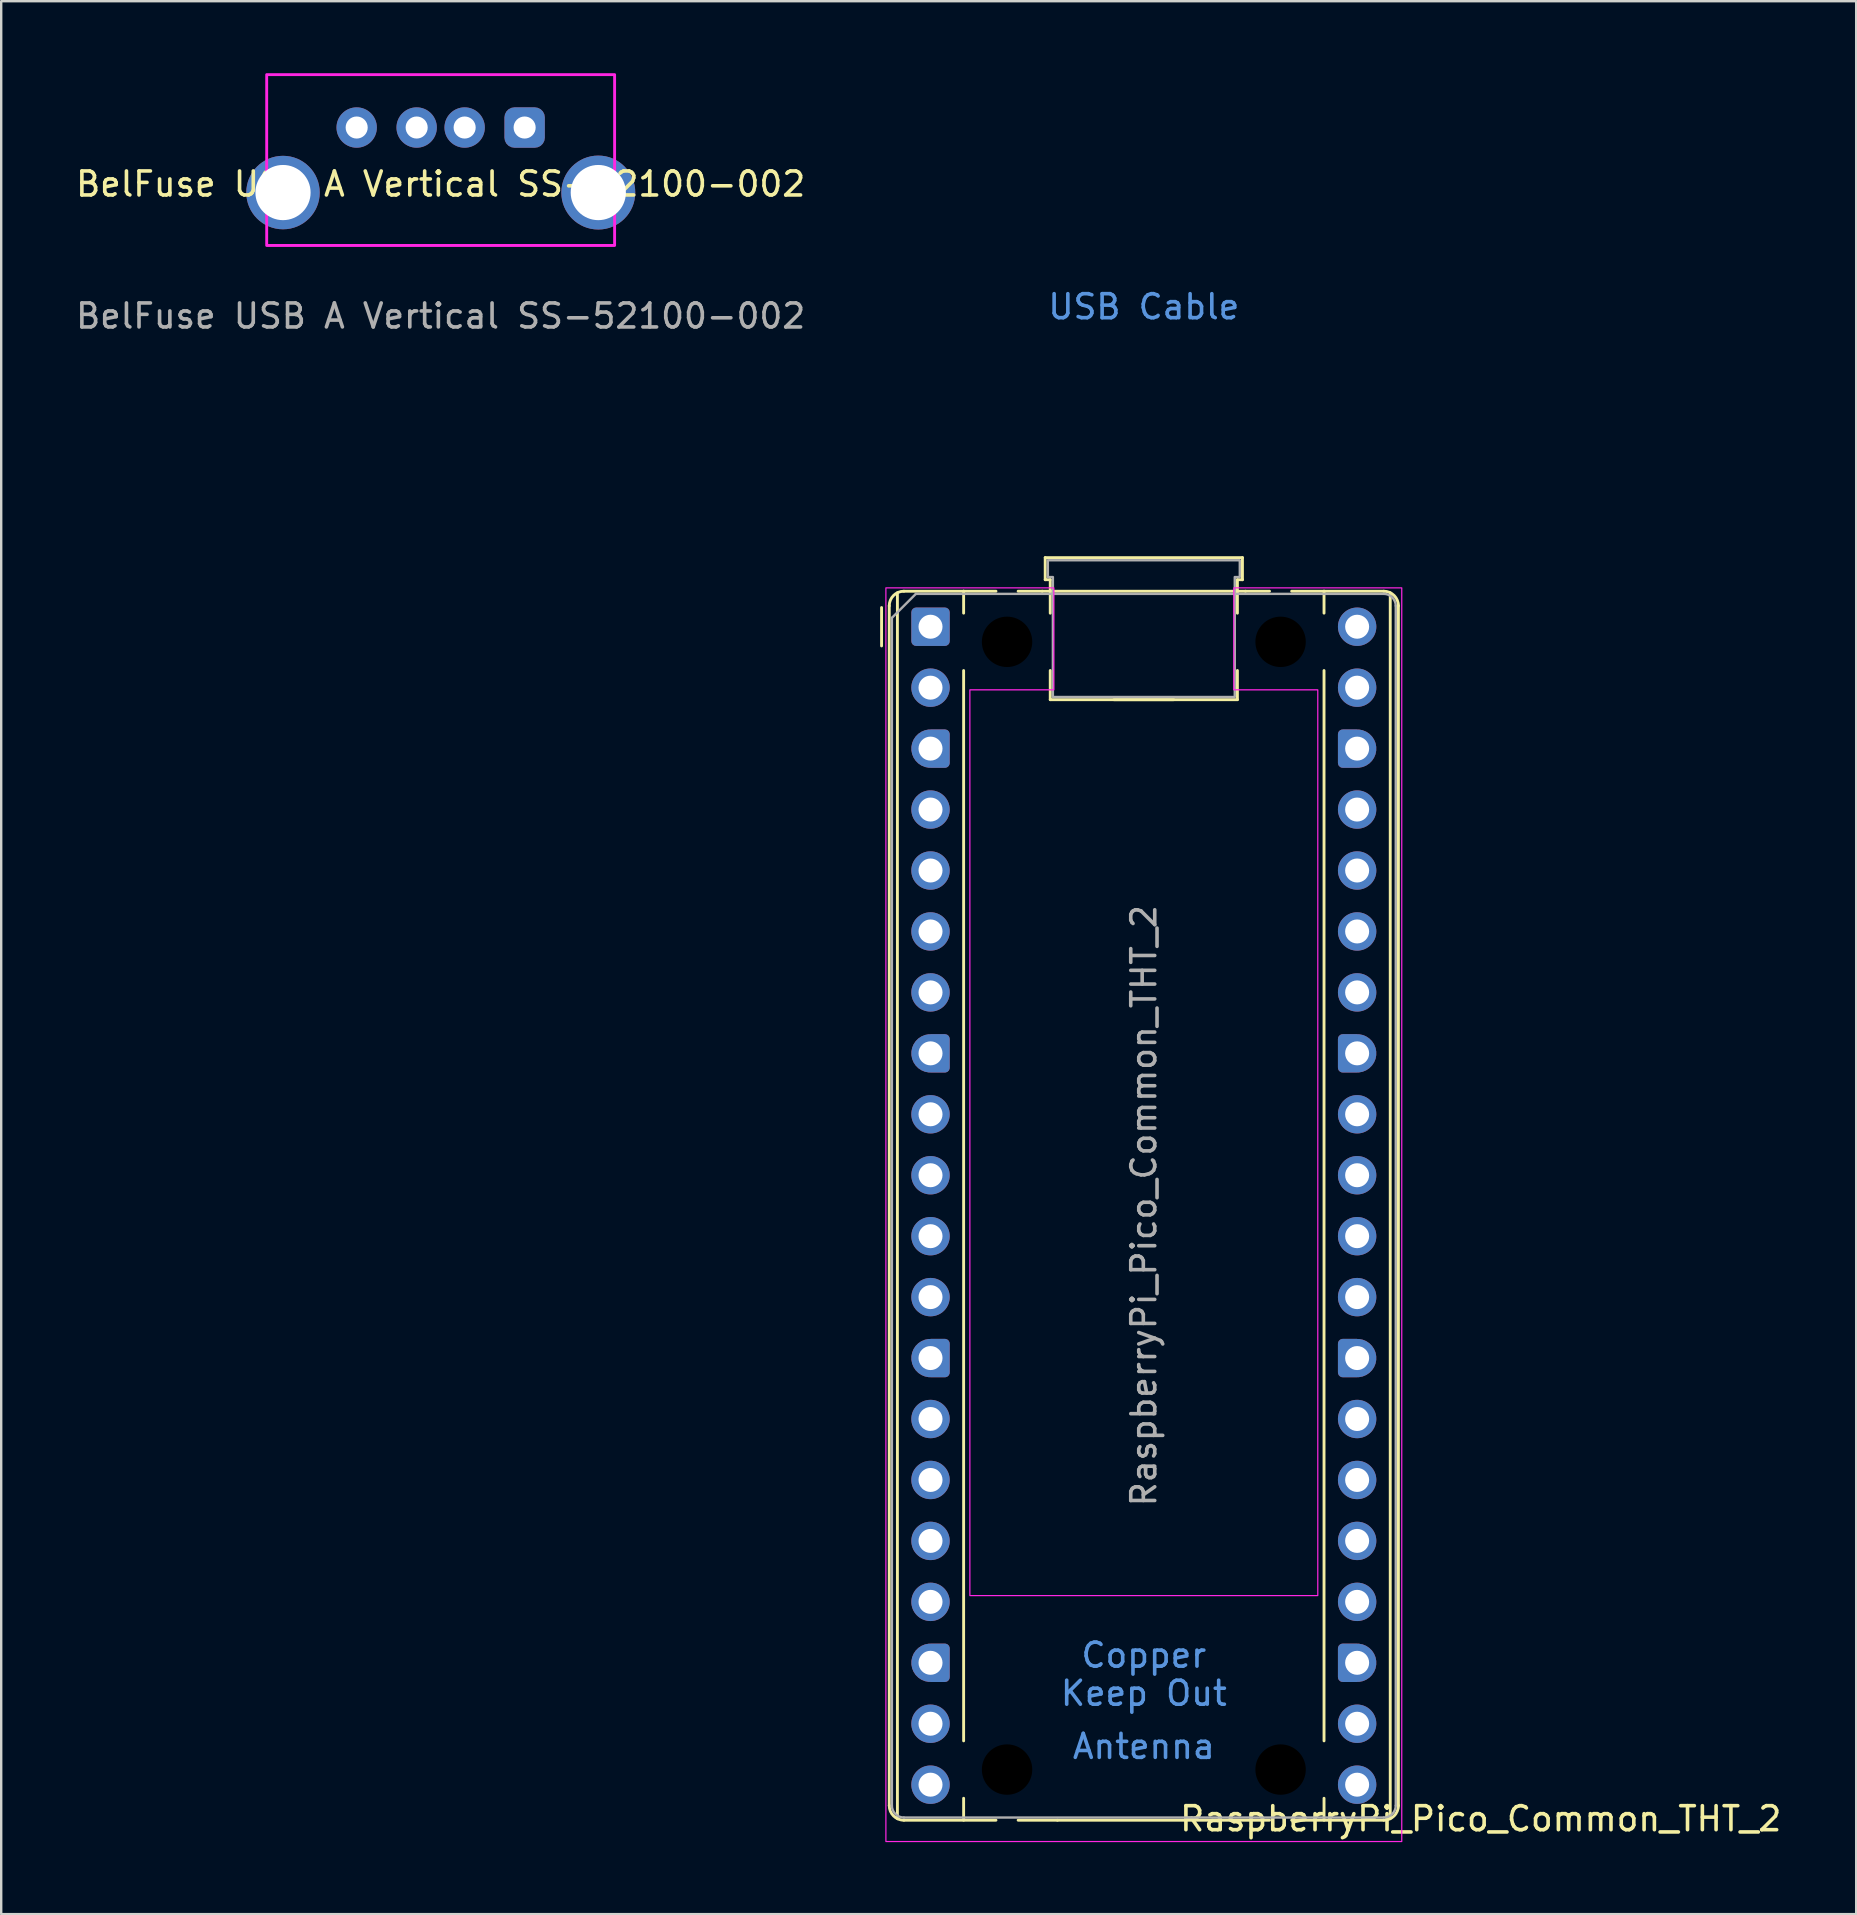
<source format=kicad_pcb>
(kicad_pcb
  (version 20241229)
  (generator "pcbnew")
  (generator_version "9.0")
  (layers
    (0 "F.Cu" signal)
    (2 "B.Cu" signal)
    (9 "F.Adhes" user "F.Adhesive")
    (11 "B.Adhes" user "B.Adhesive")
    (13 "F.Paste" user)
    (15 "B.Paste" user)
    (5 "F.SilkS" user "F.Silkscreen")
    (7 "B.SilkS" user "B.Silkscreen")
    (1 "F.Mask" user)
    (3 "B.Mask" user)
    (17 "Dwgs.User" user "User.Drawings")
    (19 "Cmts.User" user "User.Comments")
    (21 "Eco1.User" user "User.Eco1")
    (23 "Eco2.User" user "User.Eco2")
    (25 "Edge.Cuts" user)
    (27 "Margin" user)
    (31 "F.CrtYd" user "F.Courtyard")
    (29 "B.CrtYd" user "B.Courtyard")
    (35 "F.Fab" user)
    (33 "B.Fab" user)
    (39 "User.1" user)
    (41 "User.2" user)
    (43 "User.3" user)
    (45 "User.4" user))
  (footprint "BelFuse USB A Vertical SS-52100-002"
    (layer "F.Cu")
    (at 15.315 3.62)
    (property "Reference" "BelFuse USB A Vertical SS-52100-002" (at 0 1 0) (unlocked yes) (layer "F.SilkS") (effects (font (size 1 1) (thickness 0.15))))
    (attr through_hole)
    (fp_rect (start -7.25 -3.56) (end 7.25 3.56) (stroke (width 0.12) (type default)) (fill no) (layer "F.CrtYd"))
    (fp_text user "${REFERENCE}" (at 0 6.5 0) (unlocked yes) (layer "F.Fab") (effects (font (size 1 1) (thickness 0.15))))
    (pad "1" thru_hole circle (at -3.5 -1.355) (size 1.682 1.682) (drill 0.92) (layers "*.Cu" "*.Mask"))
    (pad "2" thru_hole circle (at -1 -1.355) (size 1.682 1.682) (drill 0.92) (layers "*.Cu" "*.Mask"))
    (pad "3" thru_hole circle (at 1 -1.355) (size 1.682 1.682) (drill 0.92) (layers "*.Cu" "*.Mask"))
    (pad "4" thru_hole roundrect (at 3.5 -1.355) (size 1.682 1.682) (drill 0.92) (layers "*.Cu" "*.Mask") (roundrect_rratio 0.25))
    (pad "5" thru_hole circle (at -6.57 1.355) (size 3.062 3.062) (drill 2.3) (layers "*.Cu" "*.Mask"))
    (pad "5" thru_hole circle (at 6.57 1.355) (size 3.082 3.082) (drill 2.3) (layers "*.Cu" "*.Mask")))
  (footprint "RaspberryPi_Pico_Common_THT_2"
    (layer "F.Cu")
    (at 44.621 47.2)
    (property "Reference" "RaspberryPi_Pico_Common_THT_2" (at 14.04 25.55 0) (unlocked yes) (layer "F.SilkS") (effects (font (size 1 1) (thickness 0.15))))
    (attr through_hole)
    (fp_line (start -10.93 -23.33) (end -10.93 -24.93) (stroke (width 0.12) (type solid)) (layer "F.SilkS"))
    (fp_line (start -10.61 -25) (end -10.61 25) (stroke (width 0.12) (type solid)) (layer "F.SilkS"))
    (fp_line (start -10.27 -25.547) (end -10.27 25.547) (stroke (width 0.12) (type solid)) (layer "F.SilkS"))
    (fp_line (start -10 -25.61) (end -7.51 -25.61) (stroke (width 0.12) (type solid)) (layer "F.SilkS"))
    (fp_line (start -10 25.61) (end -6.162 25.61) (stroke (width 0.12) (type solid)) (layer "F.SilkS"))
    (fp_line (start -7.51 -25.61) (end -7.51 -24.696) (stroke (width 0.12) (type solid)) (layer "F.SilkS"))
    (fp_line (start -7.51 -25.61) (end -6.162 -25.61) (stroke (width 0.12) (type solid)) (layer "F.SilkS"))
    (fp_line (start -7.51 -22.304) (end -7.51 22.304) (stroke (width 0.12) (type solid)) (layer "F.SilkS"))
    (fp_line (start -7.51 24.696) (end -7.51 25.61) (stroke (width 0.12) (type solid)) (layer "F.SilkS"))
    (fp_line (start -5.238 -25.61) (end -4.235 -25.61) (stroke (width 0.12) (type solid)) (layer "F.SilkS"))
    (fp_line (start -4.235 -25.61) (end 4.235 -25.61) (stroke (width 0.12) (type solid)) (layer "F.SilkS"))
    (fp_line (start -4.11 -27.01) (end -4.11 -26.09) (stroke (width 0.12) (type solid)) (layer "F.SilkS"))
    (fp_line (start -4.11 -27.01) (end 4.11 -27.01) (stroke (width 0.12) (type solid)) (layer "F.SilkS"))
    (fp_line (start -4.11 -26.09) (end -3.9 -26.09) (stroke (width 0.12) (type solid)) (layer "F.SilkS"))
    (fp_line (start -3.9 -26.09) (end -3.9 -24.694) (stroke (width 0.12) (type solid)) (layer "F.SilkS"))
    (fp_line (start -3.9 -22.306) (end -3.9 -21.09) (stroke (width 0.12) (type solid)) (layer "F.SilkS"))
    (fp_line (start -3.6 25.61) (end -5.238 25.61) (stroke (width 0.12) (type solid)) (layer "F.SilkS"))
    (fp_line (start -1.246 -21.09) (end 1.246 -21.09) (stroke (width 0.12) (type solid)) (layer "F.SilkS"))
    (fp_line (start 3.6 25.61) (end -3.6 25.61) (stroke (width 0.12) (type solid)) (layer "F.SilkS"))
    (fp_line (start 3.9 -26.09) (end 3.9 -24.694) (stroke (width 0.12) (type solid)) (layer "F.SilkS"))
    (fp_line (start 3.9 -22.306) (end 3.9 -21.09) (stroke (width 0.12) (type solid)) (layer "F.SilkS"))
    (fp_line (start 3.9 -21.09) (end -3.9 -21.09) (stroke (width 0.12) (type solid)) (layer "F.SilkS"))
    (fp_line (start 4.11 -27.01) (end 4.11 -26.09) (stroke (width 0.12) (type solid)) (layer "F.SilkS"))
    (fp_line (start 4.11 -26.09) (end 3.9 -26.09) (stroke (width 0.12) (type solid)) (layer "F.SilkS"))
    (fp_line (start 4.235 -25.61) (end 5.238 -25.61) (stroke (width 0.12) (type solid)) (layer "F.SilkS"))
    (fp_line (start 5.238 25.61) (end 3.6 25.61) (stroke (width 0.12) (type solid)) (layer "F.SilkS"))
    (fp_line (start 6.162 -25.61) (end 7.51 -25.61) (stroke (width 0.12) (type solid)) (layer "F.SilkS"))
    (fp_line (start 6.162 25.61) (end 10 25.61) (stroke (width 0.12) (type solid)) (layer "F.SilkS"))
    (fp_line (start 7.51 -25.61) (end 7.51 -24.696) (stroke (width 0.12) (type solid)) (layer "F.SilkS"))
    (fp_line (start 7.51 -22.304) (end 7.51 22.304) (stroke (width 0.12) (type solid)) (layer "F.SilkS"))
    (fp_line (start 7.51 24.696) (end 7.51 25.61) (stroke (width 0.12) (type solid)) (layer "F.SilkS"))
    (fp_line (start 10 -25.61) (end 7.51 -25.61) (stroke (width 0.12) (type solid)) (layer "F.SilkS"))
    (fp_line (start 10.27 25.547) (end 10.27 -25.547) (stroke (width 0.12) (type solid)) (layer "F.SilkS"))
    (fp_line (start 10.61 -25) (end 10.61 25) (stroke (width 0.12) (type solid)) (layer "F.SilkS"))
    (fp_arc (start -10.61 -25) (mid -10.431335 -25.431335) (end -10 -25.61) (stroke (width 0.12) (type solid)) (layer "F.SilkS"))
    (fp_arc (start -10 25.61) (mid -10.431335 25.431335) (end -10.61 25) (stroke (width 0.12) (type solid)) (layer "F.SilkS"))
    (fp_arc (start 10 -25.61) (mid 10.431335 -25.431335) (end 10.61 -25) (stroke (width 0.12) (type solid)) (layer "F.SilkS"))
    (fp_arc (start 10.61 25) (mid 10.431335 25.431335) (end 10 25.61) (stroke (width 0.12) (type solid)) (layer "F.SilkS"))
    (fp_poly (pts (xy -3.75 -21.5) (xy -7.25 -21.5) (xy -7.25 16.25) (xy 7.25 16.25) (xy 7.25 -21.5) (xy 3.75 -21.5) (xy 3.75 -25.75) (xy 10.75 -25.75) (xy 10.75 26.5) (xy -10.75 26.5) (xy -10.75 -25.75) (xy -3.75 -25.75)) (stroke (width 0.05) (type solid)) (fill no) (layer "F.CrtYd"))
    (fp_line (start -10.5 -24.5) (end -9.5 -25.5) (stroke (width 0.1) (type solid)) (layer "F.Fab"))
    (fp_line (start -10.5 25) (end -10.5 -24.5) (stroke (width 0.1) (type solid)) (layer "F.Fab"))
    (fp_line (start -9.5 -25.5) (end 10 -25.5) (stroke (width 0.1) (type solid)) (layer "F.Fab"))
    (fp_line (start 10 25.5) (end -10 25.5) (stroke (width 0.1) (type solid)) (layer "F.Fab"))
    (fp_line (start 10.5 -25) (end 10.5 25) (stroke (width 0.1) (type solid)) (layer "F.Fab"))
    (fp_arc (start -10 25.5) (mid -10.353553 25.353553) (end -10.5 25) (stroke (width 0.1) (type solid)) (layer "F.Fab"))
    (fp_arc (start 10 -25.5) (mid 10.353553 -25.353553) (end 10.5 -25) (stroke (width 0.1) (type solid)) (layer "F.Fab"))
    (fp_arc (start 10.5 25) (mid 10.353553 25.353553) (end 10 25.5) (stroke (width 0.1) (type solid)) (layer "F.Fab"))
    (fp_poly (pts (xy 3.79 -21.2) (xy 3.79 -26.2) (xy 4 -26.2) (xy 4 -26.9) (xy -4 -26.9) (xy -4 -26.2) (xy -3.79 -26.2) (xy -3.79 -21.2)) (stroke (width 0.1) (type solid)) (fill no) (layer "F.Fab"))
    (fp_text user "Copper" (at 0 18.733 0) (unlocked yes) (layer "Cmts.User") (effects (font (size 1 1) (thickness 0.15))))
    (fp_text user "USB Cable" (at 0 -37.465 0) (unlocked yes) (layer "Cmts.User") (effects (font (size 1 1) (thickness 0.15))))
    (fp_text user "Antenna" (at 0 22.535 0) (unlocked yes) (layer "Cmts.User") (effects (font (size 1 1) (thickness 0.15))))
    (fp_text user "Keep Out" (at 0 20.32 0) (unlocked yes) (layer "Cmts.User") (effects (font (size 1 1) (thickness 0.15))))
    (fp_text user "${REFERENCE}" (at 0 0 90) (layer "F.Fab") (effects (font (size 1 1) (thickness 0.15))))
    (pad "" np_thru_hole circle (at -5.7 -23.5) (size 3.8 3.8) (drill 2.1) (layers "*.Mask"))
    (pad "" np_thru_hole circle (at -5.7 23.5) (size 3.8 3.8) (drill 2.1) (layers "*.Mask"))
    (pad "" np_thru_hole circle (at 5.7 -23.5) (size 3.8 3.8) (drill 2.1) (layers "*.Mask"))
    (pad "" np_thru_hole circle (at 5.7 23.5) (size 3.8 3.8) (drill 2.1) (layers "*.Mask"))
    (pad "1" thru_hole roundrect (at -8.89 -24.13) (size 1.6 1.6) (drill 1) (layers "*.Cu" "*.Mask") (roundrect_rratio 0.125))
    (pad "2" thru_hole circle (at -8.89 -21.59) (size 1.6 1.6) (drill 1) (layers "*.Cu" "*.Mask"))
    (pad "3" thru_hole custom (at -8.89 -19.05) (size 1.6 1.6) (drill 1) (layers "*.Cu" "*.Mask") (options (anchor circle)) (primitives (gr_poly (pts (xy 0.8 0.6) (xy 0.8 -0.6) (xy 0.6 -0.8) (xy 0 -0.8) (xy 0 0.8) (xy 0.6 0.8)) (width 0) (fill yes)) (gr_circle (center 0.6 0.6) (end 0.8 0.6) (width 0) (fill yes)) (gr_circle (center 0.6 -0.6) (end 0.8 -0.6) (width 0) (fill yes))))
    (pad "4" thru_hole circle (at -8.89 -16.51) (size 1.6 1.6) (drill 1) (layers "*.Cu" "*.Mask"))
    (pad "5" thru_hole circle (at -8.89 -13.97) (size 1.6 1.6) (drill 1) (layers "*.Cu" "*.Mask"))
    (pad "6" thru_hole circle (at -8.89 -11.43) (size 1.6 1.6) (drill 1) (layers "*.Cu" "*.Mask"))
    (pad "7" thru_hole circle (at -8.89 -8.89) (size 1.6 1.6) (drill 1) (layers "*.Cu" "*.Mask"))
    (pad "8" thru_hole custom (at -8.89 -6.35) (size 1.6 1.6) (drill 1) (layers "*.Cu" "*.Mask") (options (anchor circle)) (primitives (gr_poly (pts (xy 0.8 0.6) (xy 0.8 -0.6) (xy 0.6 -0.8) (xy 0 -0.8) (xy 0 0.8) (xy 0.6 0.8)) (width 0) (fill yes)) (gr_circle (center 0.6 0.6) (end 0.8 0.6) (width 0) (fill yes)) (gr_circle (center 0.6 -0.6) (end 0.8 -0.6) (width 0) (fill yes))))
    (pad "9" thru_hole circle (at -8.89 -3.81) (size 1.6 1.6) (drill 1) (layers "*.Cu" "*.Mask"))
    (pad "10" thru_hole circle (at -8.89 -1.27) (size 1.6 1.6) (drill 1) (layers "*.Cu" "*.Mask"))
    (pad "11" thru_hole circle (at -8.89 1.27) (size 1.6 1.6) (drill 1) (layers "*.Cu" "*.Mask"))
    (pad "12" thru_hole circle (at -8.89 3.81) (size 1.6 1.6) (drill 1) (layers "*.Cu" "*.Mask"))
    (pad "13" thru_hole custom (at -8.89 6.35) (size 1.6 1.6) (drill 1) (layers "*.Cu" "*.Mask") (options (anchor circle)) (primitives (gr_poly (pts (xy 0.8 0.6) (xy 0.8 -0.6) (xy 0.6 -0.8) (xy 0 -0.8) (xy 0 0.8) (xy 0.6 0.8)) (width 0) (fill yes)) (gr_circle (center 0.6 0.6) (end 0.8 0.6) (width 0) (fill yes)) (gr_circle (center 0.6 -0.6) (end 0.8 -0.6) (width 0) (fill yes))))
    (pad "14" thru_hole circle (at -8.89 8.89) (size 1.6 1.6) (drill 1) (layers "*.Cu" "*.Mask"))
    (pad "15" thru_hole circle (at -8.89 11.43) (size 1.6 1.6) (drill 1) (layers "*.Cu" "*.Mask"))
    (pad "16" thru_hole circle (at -8.89 13.97) (size 1.6 1.6) (drill 1) (layers "*.Cu" "*.Mask"))
    (pad "17" thru_hole circle (at -8.89 16.51) (size 1.6 1.6) (drill 1) (layers "*.Cu" "*.Mask"))
    (pad "18" thru_hole custom (at -8.89 19.05) (size 1.6 1.6) (drill 1) (layers "*.Cu" "*.Mask") (options (anchor circle)) (primitives (gr_poly (pts (xy 0.8 0.6) (xy 0.8 -0.6) (xy 0.6 -0.8) (xy 0 -0.8) (xy 0 0.8) (xy 0.6 0.8)) (width 0) (fill yes)) (gr_circle (center 0.6 0.6) (end 0.8 0.6) (width 0) (fill yes)) (gr_circle (center 0.6 -0.6) (end 0.8 -0.6) (width 0) (fill yes))))
    (pad "19" thru_hole circle (at -8.89 21.59) (size 1.6 1.6) (drill 1) (layers "*.Cu" "*.Mask"))
    (pad "20" thru_hole circle (at -8.89 24.13) (size 1.6 1.6) (drill 1) (layers "*.Cu" "*.Mask"))
    (pad "21" thru_hole circle (at 8.89 24.13) (size 1.6 1.6) (drill 1) (layers "*.Cu" "*.Mask"))
    (pad "22" thru_hole circle (at 8.89 21.59) (size 1.6 1.6) (drill 1) (layers "*.Cu" "*.Mask"))
    (pad "23" thru_hole custom (at 8.89 19.05) (size 1.6 1.6) (drill 1) (layers "*.Cu" "*.Mask") (options (anchor circle)) (primitives (gr_poly (pts (xy -0.8 0.6) (xy -0.8 -0.6) (xy -0.6 -0.8) (xy 0 -0.8) (xy 0 0.8) (xy -0.6 0.8)) (width 0) (fill yes)) (gr_circle (center -0.6 0.6) (end -0.4 0.6) (width 0) (fill yes)) (gr_circle (center -0.6 -0.6) (end -0.4 -0.6) (width 0) (fill yes))))
    (pad "24" thru_hole circle (at 8.89 16.51) (size 1.6 1.6) (drill 1) (layers "*.Cu" "*.Mask"))
    (pad "25" thru_hole circle (at 8.89 13.97) (size 1.6 1.6) (drill 1) (layers "*.Cu" "*.Mask"))
    (pad "26" thru_hole circle (at 8.89 11.43) (size 1.6 1.6) (drill 1) (layers "*.Cu" "*.Mask"))
    (pad "27" thru_hole circle (at 8.89 8.89) (size 1.6 1.6) (drill 1) (layers "*.Cu" "*.Mask"))
    (pad "28" thru_hole custom (at 8.89 6.35) (size 1.6 1.6) (drill 1) (layers "*.Cu" "*.Mask") (options (anchor circle)) (primitives (gr_poly (pts (xy -0.8 0.6) (xy -0.8 -0.6) (xy -0.6 -0.8) (xy 0 -0.8) (xy 0 0.8) (xy -0.6 0.8)) (width 0) (fill yes)) (gr_circle (center -0.6 0.6) (end -0.4 0.6) (width 0) (fill yes)) (gr_circle (center -0.6 -0.6) (end -0.4 -0.6) (width 0) (fill yes))))
    (pad "29" thru_hole circle (at 8.89 3.81) (size 1.6 1.6) (drill 1) (layers "*.Cu" "*.Mask"))
    (pad "30" thru_hole circle (at 8.89 1.27) (size 1.6 1.6) (drill 1) (layers "*.Cu" "*.Mask"))
    (pad "31" thru_hole circle (at 8.89 -1.27) (size 1.6 1.6) (drill 1) (layers "*.Cu" "*.Mask"))
    (pad "32" thru_hole circle (at 8.89 -3.81) (size 1.6 1.6) (drill 1) (layers "*.Cu" "*.Mask"))
    (pad "33" thru_hole custom (at 8.89 -6.35) (size 1.6 1.6) (drill 1) (layers "*.Cu" "*.Mask") (options (anchor circle)) (primitives (gr_poly (pts (xy -0.8 0.6) (xy -0.8 -0.6) (xy -0.6 -0.8) (xy 0 -0.8) (xy 0 0.8) (xy -0.6 0.8)) (width 0) (fill yes)) (gr_circle (center -0.6 0.6) (end -0.4 0.6) (width 0) (fill yes)) (gr_circle (center -0.6 -0.6) (end -0.4 -0.6) (width 0) (fill yes))))
    (pad "34" thru_hole circle (at 8.89 -8.89) (size 1.6 1.6) (drill 1) (layers "*.Cu" "*.Mask"))
    (pad "35" thru_hole circle (at 8.89 -11.43) (size 1.6 1.6) (drill 1) (layers "*.Cu" "*.Mask"))
    (pad "36" thru_hole circle (at 8.89 -13.97) (size 1.6 1.6) (drill 1) (layers "*.Cu" "*.Mask"))
    (pad "37" thru_hole circle (at 8.89 -16.51) (size 1.6 1.6) (drill 1) (layers "*.Cu" "*.Mask"))
    (pad "38" thru_hole custom (at 8.89 -19.05) (size 1.6 1.6) (drill 1) (layers "*.Cu" "*.Mask") (options (anchor circle)) (primitives (gr_poly (pts (xy -0.8 0.6) (xy -0.8 -0.6) (xy -0.6 -0.8) (xy 0 -0.8) (xy 0 0.8) (xy -0.6 0.8)) (width 0) (fill yes)) (gr_circle (center -0.6 0.6) (end -0.4 0.6) (width 0) (fill yes)) (gr_circle (center -0.6 -0.6) (end -0.4 -0.6) (width 0) (fill yes))))
    (pad "39" thru_hole circle (at 8.89 -21.59) (size 1.6 1.6) (drill 1) (layers "*.Cu" "*.Mask"))
    (pad "40" thru_hole circle (at 8.89 -24.13) (size 1.6 1.6) (drill 1) (layers "*.Cu" "*.Mask"))
    (zone (net_name "") (layers "F.Cu" "B.Cu" "F.Paste" "B.Paste") (name "Antenna Copper Keep Out") (hatch full 0.5) (connect_pads) (min_thickness 0.254) (filled_areas_thickness no) (keepout (tracks not_allowed) (vias not_allowed) (pads not_allowed) (copperpour not_allowed) (footprints allowed)) (placement (enabled no)) (fill) (polygon (pts (xy 42.221 72.19) (xy 37.521 68.54) (xy 37.521 64.2) (xy 51.721 64.2) (xy 51.721 68.54) (xy 47.021 72.19) (xy 47.021 73.2) (xy 42.221 73.2))))
    (zone (net_name "") (layer "F.CrtYd") (name "USB Cable") (hatch edge 0.5) (connect_pads) (min_thickness 0.254) (filled_areas_thickness no) (keepout (tracks allowed) (vias allowed) (pads allowed) (copperpour allowed) (footprints allowed)) (placement (enabled no)) (fill) (polygon (pts (xy 38.871 19.5) (xy 40.681 19.5) (xy 40.681 19.8) (xy 48.561 19.8) (xy 48.561 19.5) (xy 50.371 19.5) (xy 50.371 0) (xy 38.871 0)))))
  (gr_rect
    (start -3 -3)
    (end 74.31 76.725)
    (stroke (width 0.1) (type default))
    (fill no)
    (layer "Edge.Cuts")))
</source>
